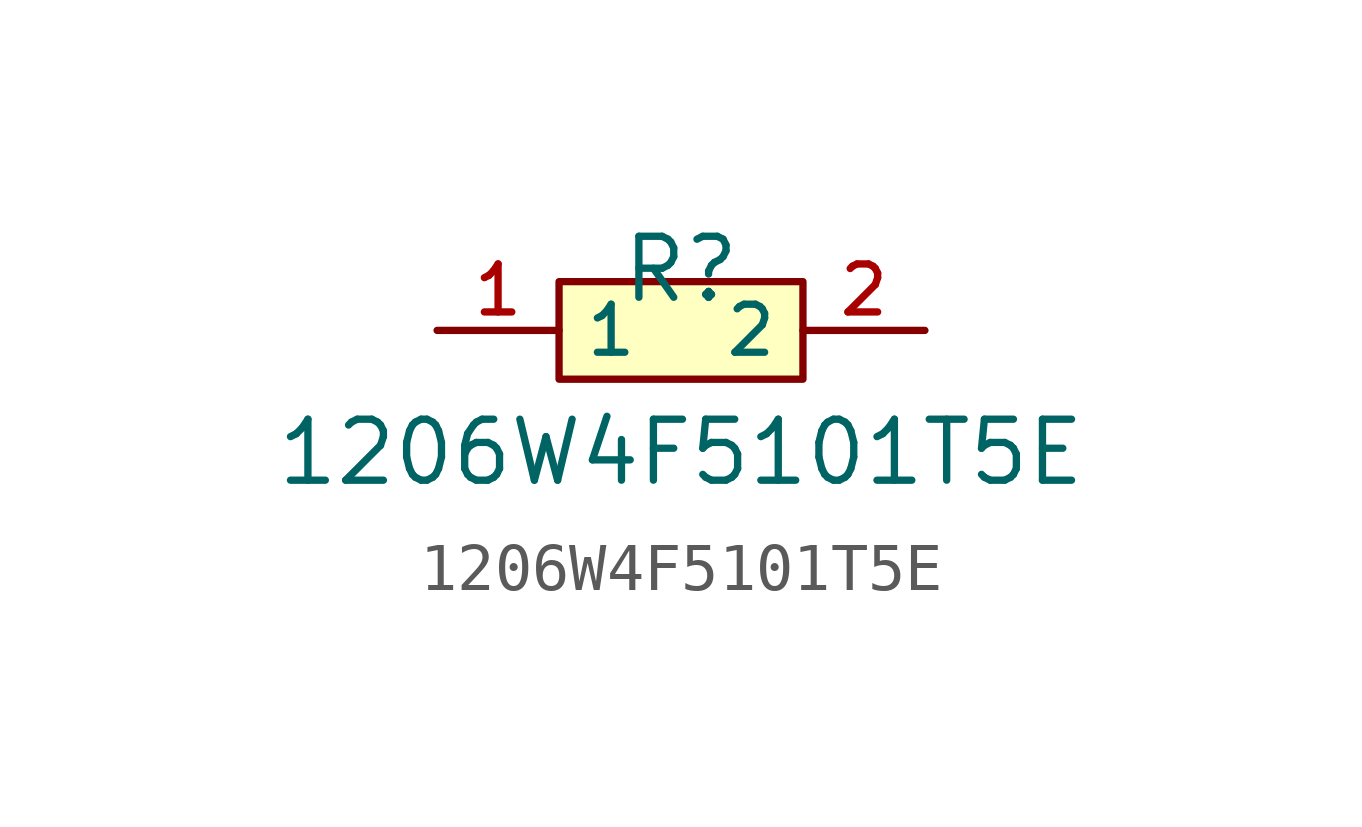
<source format=kicad_sym>
(kicad_symbol_lib
  (version 20210201)
  (generator TousstNicolas/JLC2KiCad_lib)
  (symbol "1206W4F5101T5E"
    (property "Reference" "R"
      (at 0 1.27 0)
      (effects (font (size 1.27 1.27))))
    (property "Value" "1206W4F5101T5E"
      (at 0 -2.54 0)
      (effects (font (size 1.27 1.27))))
    (symbol "1206W4F5101T5E_0_1"
      (pin input line (at 5.08 -0.0 180) (length 2.54) (name "2" (effects (font (size 1 1)))) (number "2" (effects (font (size 1 1)))))
      (pin input line (at -5.08 -0.0 0) (length 2.54) (name "1" (effects (font (size 1 1)))) (number "1" (effects (font (size 1 1)))))
      (rectangle (start -2.54 1.016) (end 2.54 -1.016) (stroke (width 0) (type default) (color 0 0 0 0)) (fill (type background))))))
</source>
